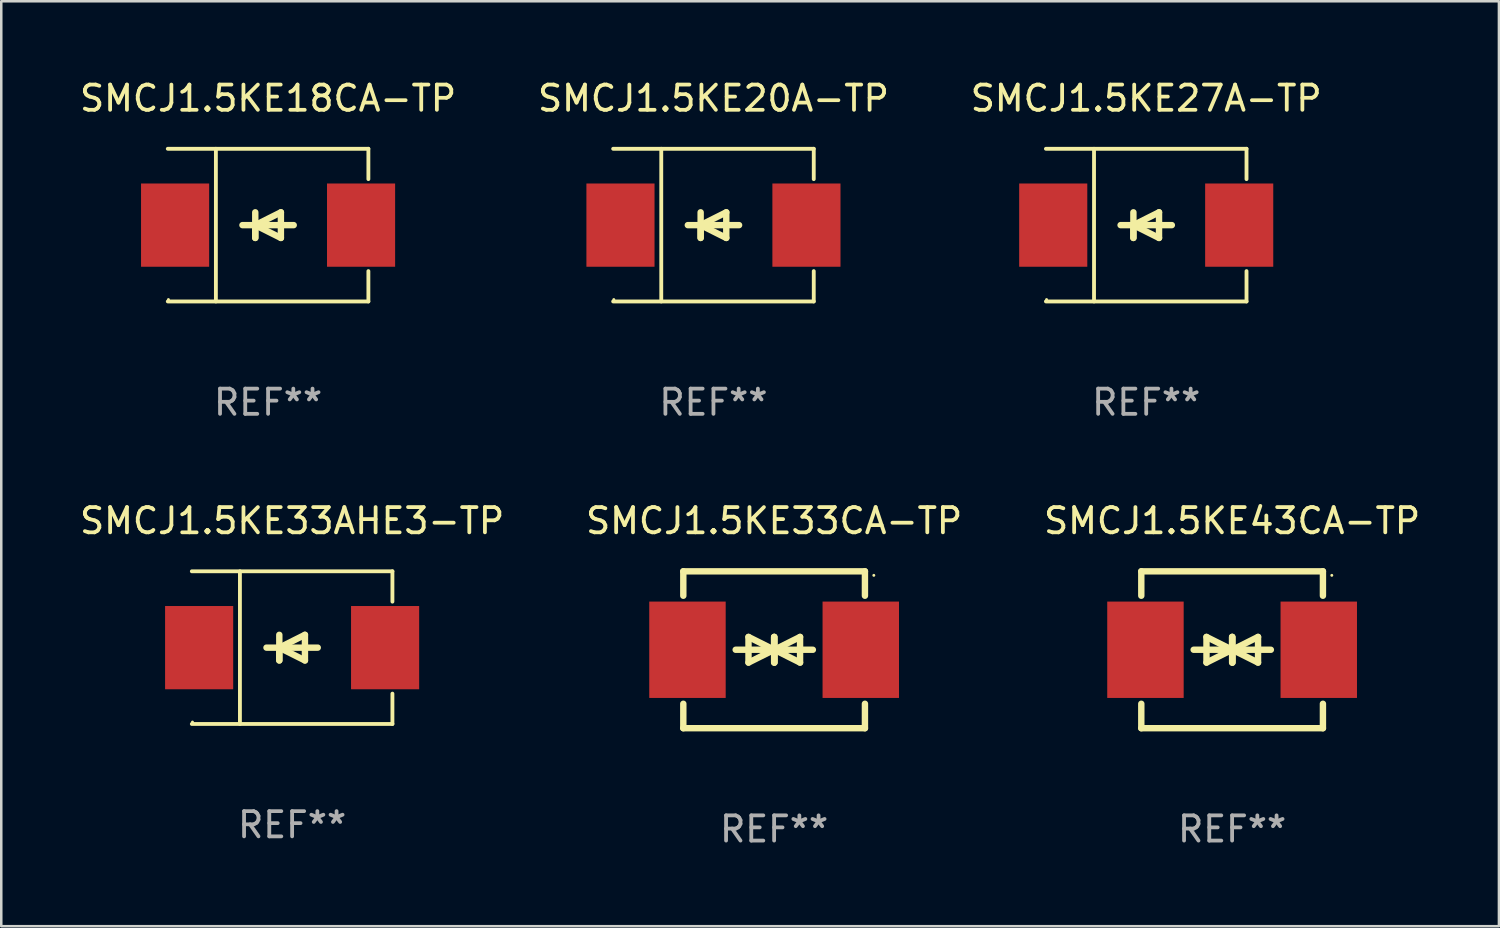
<source format=kicad_pcb>
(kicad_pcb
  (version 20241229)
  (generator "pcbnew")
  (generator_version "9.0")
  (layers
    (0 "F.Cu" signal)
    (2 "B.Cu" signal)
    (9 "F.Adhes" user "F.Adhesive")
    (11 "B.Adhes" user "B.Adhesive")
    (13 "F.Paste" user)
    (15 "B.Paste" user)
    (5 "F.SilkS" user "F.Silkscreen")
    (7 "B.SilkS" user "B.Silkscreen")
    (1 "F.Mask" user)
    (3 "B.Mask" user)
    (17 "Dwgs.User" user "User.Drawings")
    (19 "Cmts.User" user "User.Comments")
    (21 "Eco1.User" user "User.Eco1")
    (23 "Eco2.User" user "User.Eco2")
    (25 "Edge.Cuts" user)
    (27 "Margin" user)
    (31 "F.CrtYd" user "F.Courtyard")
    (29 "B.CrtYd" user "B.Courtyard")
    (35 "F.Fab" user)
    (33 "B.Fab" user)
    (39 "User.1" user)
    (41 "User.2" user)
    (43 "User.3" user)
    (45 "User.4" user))
  (footprint "SMCJ1.5KE33AHE3-TP"
    (layer "F.Cu")
    (at 8.53 22.623)
    (property "Reference" "SMCJ1.5KE33AHE3-TP" (at 0 -5.026 0) (layer "F.SilkS") (effects (font (size 1 1) (thickness 0.15))))
    (attr through_hole)
    (fp_line (start -3.976 -3.026) (end 3.976 -3.026) (stroke (width 0.152) (type solid)) (layer "F.SilkS"))
    (fp_line (start -3.976 3.026) (end 3.976 3.026) (stroke (width 0.152) (type solid)) (layer "F.SilkS"))
    (fp_line (start -2.069 -3.026) (end -2.069 3.026) (stroke (width 0.152) (type solid)) (layer "F.SilkS"))
    (fp_line (start -0.508 0) (end -0.508 0.508) (stroke (width 0.254) (type solid)) (layer "F.SilkS"))
    (fp_line (start -0.508 0) (end 0.508 0.508) (stroke (width 0.254) (type solid)) (layer "F.SilkS"))
    (fp_line (start -0.508 0.508) (end -0.508 -0.508) (stroke (width 0.254) (type solid)) (layer "F.SilkS"))
    (fp_line (start 0.508 -0.508) (end -0.508 0) (stroke (width 0.254) (type solid)) (layer "F.SilkS"))
    (fp_line (start 0.508 0.508) (end 0.508 -0.508) (stroke (width 0.254) (type solid)) (layer "F.SilkS"))
    (fp_line (start 1.016 0) (end -1.016 0) (stroke (width 0.254) (type solid)) (layer "F.SilkS"))
    (fp_line (start 3.976 -3.026) (end 3.976 -1.823) (stroke (width 0.152) (type solid)) (layer "F.SilkS"))
    (fp_line (start 3.976 3.026) (end 3.976 1.823) (stroke (width 0.152) (type solid)) (layer "F.SilkS"))
    (fp_circle (center -3.95 2.95) (end -3.92 2.95) (stroke (width 0.06) (type solid)) (fill no) (layer "F.SilkS"))
    (fp_text user "REF**" (at 0 7.026 0) (layer "F.Fab") (effects (font (size 1 1) (thickness 0.15))))
    (pad "1" smd rect (at -3.686 0) (size 2.7 3.3) (layers "F.Cu" "F.Mask" "F.Paste"))
    (pad "2" smd rect (at 3.686 0) (size 2.7 3.3) (layers "F.Cu" "F.Mask" "F.Paste")))
  (footprint "SMCJ1.5KE18CA-TP"
    (layer "F.Cu")
    (at 7.577 5.874)
    (property "Reference" "SMCJ1.5KE18CA-TP" (at 0 -5.026 0) (layer "F.SilkS") (effects (font (size 1 1) (thickness 0.15))))
    (attr through_hole)
    (fp_line (start -3.976 -3.026) (end 3.976 -3.026) (stroke (width 0.152) (type solid)) (layer "F.SilkS"))
    (fp_line (start -3.976 3.026) (end 3.976 3.026) (stroke (width 0.152) (type solid)) (layer "F.SilkS"))
    (fp_line (start -2.069 -3.026) (end -2.069 3.026) (stroke (width 0.152) (type solid)) (layer "F.SilkS"))
    (fp_line (start -0.508 0) (end -0.508 0.508) (stroke (width 0.254) (type solid)) (layer "F.SilkS"))
    (fp_line (start -0.508 0) (end 0.508 0.508) (stroke (width 0.254) (type solid)) (layer "F.SilkS"))
    (fp_line (start -0.508 0.508) (end -0.508 -0.508) (stroke (width 0.254) (type solid)) (layer "F.SilkS"))
    (fp_line (start 0.508 -0.508) (end -0.508 0) (stroke (width 0.254) (type solid)) (layer "F.SilkS"))
    (fp_line (start 0.508 0.508) (end 0.508 -0.508) (stroke (width 0.254) (type solid)) (layer "F.SilkS"))
    (fp_line (start 1.016 0) (end -1.016 0) (stroke (width 0.254) (type solid)) (layer "F.SilkS"))
    (fp_line (start 3.976 -3.026) (end 3.976 -1.823) (stroke (width 0.152) (type solid)) (layer "F.SilkS"))
    (fp_line (start 3.976 3.026) (end 3.976 1.823) (stroke (width 0.152) (type solid)) (layer "F.SilkS"))
    (fp_circle (center -3.95 2.95) (end -3.92 2.95) (stroke (width 0.06) (type solid)) (fill no) (layer "F.SilkS"))
    (fp_text user "REF**" (at 0 7.026 0) (layer "F.Fab") (effects (font (size 1 1) (thickness 0.15))))
    (pad "1" smd rect (at -3.686 0) (size 2.7 3.3) (layers "F.Cu" "F.Mask" "F.Paste"))
    (pad "2" smd rect (at 3.686 0) (size 2.7 3.3) (layers "F.Cu" "F.Mask" "F.Paste")))
  (footprint "SMCJ1.5KE20A-TP"
    (layer "F.Cu")
    (at 25.232 5.874)
    (property "Reference" "SMCJ1.5KE20A-TP" (at 0 -5.026 0) (layer "F.SilkS") (effects (font (size 1 1) (thickness 0.15))))
    (attr through_hole)
    (fp_line (start -3.976 -3.026) (end 3.976 -3.026) (stroke (width 0.152) (type solid)) (layer "F.SilkS"))
    (fp_line (start -3.976 3.026) (end 3.976 3.026) (stroke (width 0.152) (type solid)) (layer "F.SilkS"))
    (fp_line (start -2.069 -3.026) (end -2.069 3.026) (stroke (width 0.152) (type solid)) (layer "F.SilkS"))
    (fp_line (start -0.508 0) (end -0.508 0.508) (stroke (width 0.254) (type solid)) (layer "F.SilkS"))
    (fp_line (start -0.508 0) (end 0.508 0.508) (stroke (width 0.254) (type solid)) (layer "F.SilkS"))
    (fp_line (start -0.508 0.508) (end -0.508 -0.508) (stroke (width 0.254) (type solid)) (layer "F.SilkS"))
    (fp_line (start 0.508 -0.508) (end -0.508 0) (stroke (width 0.254) (type solid)) (layer "F.SilkS"))
    (fp_line (start 0.508 0.508) (end 0.508 -0.508) (stroke (width 0.254) (type solid)) (layer "F.SilkS"))
    (fp_line (start 1.016 0) (end -1.016 0) (stroke (width 0.254) (type solid)) (layer "F.SilkS"))
    (fp_line (start 3.976 -3.026) (end 3.976 -1.823) (stroke (width 0.152) (type solid)) (layer "F.SilkS"))
    (fp_line (start 3.976 3.026) (end 3.976 1.823) (stroke (width 0.152) (type solid)) (layer "F.SilkS"))
    (fp_circle (center -3.95 2.95) (end -3.92 2.95) (stroke (width 0.06) (type solid)) (fill no) (layer "F.SilkS"))
    (fp_text user "REF**" (at 0 7.026 0) (layer "F.Fab") (effects (font (size 1 1) (thickness 0.15))))
    (pad "1" smd rect (at -3.686 0) (size 2.7 3.3) (layers "F.Cu" "F.Mask" "F.Paste"))
    (pad "2" smd rect (at 3.686 0) (size 2.7 3.3) (layers "F.Cu" "F.Mask" "F.Paste")))
  (footprint "SMCJ1.5KE43CA-TP"
    (layer "F.Cu")
    (at 45.792 22.707)
    (property "Reference" "SMCJ1.5KE43CA-TP" (at 0 -5.11 0) (layer "F.SilkS") (effects (font (size 1 1) (thickness 0.15))))
    (attr through_hole)
    (fp_line (start -3.6 -2.141) (end -3.6 -3.11) (stroke (width 0.254) (type solid)) (layer "F.SilkS"))
    (fp_line (start -3.6 3.11) (end -3.6 2.141) (stroke (width 0.254) (type solid)) (layer "F.SilkS"))
    (fp_line (start -1.524 0) (end 0.508 0) (stroke (width 0.254) (type solid)) (layer "F.SilkS"))
    (fp_line (start -1.016 -0.508) (end -1.016 0.508) (stroke (width 0.254) (type solid)) (layer "F.SilkS"))
    (fp_line (start -1.016 0.508) (end 0 0) (stroke (width 0.254) (type solid)) (layer "F.SilkS"))
    (fp_line (start 0 -0.508) (end 0 0.508) (stroke (width 0.254) (type solid)) (layer "F.SilkS"))
    (fp_line (start 0 0) (end -1.016 -0.508) (stroke (width 0.254) (type solid)) (layer "F.SilkS"))
    (fp_line (start 0 0) (end 0 -0.508) (stroke (width 0.254) (type solid)) (layer "F.SilkS"))
    (fp_line (start 0.012 0) (end 0.012 0.508) (stroke (width 0.254) (type solid)) (layer "F.SilkS"))
    (fp_line (start 0.012 0) (end 1.028 0.508) (stroke (width 0.254) (type solid)) (layer "F.SilkS"))
    (fp_line (start 0.012 0.508) (end 0.012 -0.508) (stroke (width 0.254) (type solid)) (layer "F.SilkS"))
    (fp_line (start 1.028 -0.508) (end 0.012 0) (stroke (width 0.254) (type solid)) (layer "F.SilkS"))
    (fp_line (start 1.028 0.508) (end 1.028 -0.508) (stroke (width 0.254) (type solid)) (layer "F.SilkS"))
    (fp_line (start 1.536 0) (end -0.496 0) (stroke (width 0.254) (type solid)) (layer "F.SilkS"))
    (fp_line (start 3.6 -3.11) (end -3.6 -3.11) (stroke (width 0.254) (type solid)) (layer "F.SilkS"))
    (fp_line (start 3.6 -2.141) (end 3.6 -3.11) (stroke (width 0.254) (type solid)) (layer "F.SilkS"))
    (fp_line (start 3.6 3.11) (end -3.6 3.11) (stroke (width 0.254) (type solid)) (layer "F.SilkS"))
    (fp_line (start 3.6 3.11) (end 3.6 2.141) (stroke (width 0.254) (type solid)) (layer "F.SilkS"))
    (fp_circle (center 3.952 -2.95) (end 3.982 -2.95) (stroke (width 0.06) (type solid)) (fill no) (layer "F.SilkS"))
    (fp_text user "REF**" (at 0 7.11 0) (layer "F.Fab") (effects (font (size 1 1) (thickness 0.15))))
    (pad "1" smd rect (at 3.435 0) (size 3.03 3.82) (layers "F.Cu" "F.Mask" "F.Paste"))
    (pad "2" smd rect (at -3.435 0) (size 3.03 3.82) (layers "F.Cu" "F.Mask" "F.Paste")))
  (footprint "SMCJ1.5KE33CA-TP"
    (layer "F.Cu")
    (at 27.637 22.707)
    (property "Reference" "SMCJ1.5KE33CA-TP" (at 0 -5.11 0) (layer "F.SilkS") (effects (font (size 1 1) (thickness 0.15))))
    (attr through_hole)
    (fp_line (start -3.6 -2.141) (end -3.6 -3.11) (stroke (width 0.254) (type solid)) (layer "F.SilkS"))
    (fp_line (start -3.6 3.11) (end -3.6 2.141) (stroke (width 0.254) (type solid)) (layer "F.SilkS"))
    (fp_line (start -1.524 0) (end 0.508 0) (stroke (width 0.254) (type solid)) (layer "F.SilkS"))
    (fp_line (start -1.016 -0.508) (end -1.016 0.508) (stroke (width 0.254) (type solid)) (layer "F.SilkS"))
    (fp_line (start -1.016 0.508) (end 0 0) (stroke (width 0.254) (type solid)) (layer "F.SilkS"))
    (fp_line (start 0 -0.508) (end 0 0.508) (stroke (width 0.254) (type solid)) (layer "F.SilkS"))
    (fp_line (start 0 0) (end -1.016 -0.508) (stroke (width 0.254) (type solid)) (layer "F.SilkS"))
    (fp_line (start 0 0) (end 0 -0.508) (stroke (width 0.254) (type solid)) (layer "F.SilkS"))
    (fp_line (start 0.012 0) (end 0.012 0.508) (stroke (width 0.254) (type solid)) (layer "F.SilkS"))
    (fp_line (start 0.012 0) (end 1.028 0.508) (stroke (width 0.254) (type solid)) (layer "F.SilkS"))
    (fp_line (start 0.012 0.508) (end 0.012 -0.508) (stroke (width 0.254) (type solid)) (layer "F.SilkS"))
    (fp_line (start 1.028 -0.508) (end 0.012 0) (stroke (width 0.254) (type solid)) (layer "F.SilkS"))
    (fp_line (start 1.028 0.508) (end 1.028 -0.508) (stroke (width 0.254) (type solid)) (layer "F.SilkS"))
    (fp_line (start 1.536 0) (end -0.496 0) (stroke (width 0.254) (type solid)) (layer "F.SilkS"))
    (fp_line (start 3.6 -3.11) (end -3.6 -3.11) (stroke (width 0.254) (type solid)) (layer "F.SilkS"))
    (fp_line (start 3.6 -2.141) (end 3.6 -3.11) (stroke (width 0.254) (type solid)) (layer "F.SilkS"))
    (fp_line (start 3.6 3.11) (end -3.6 3.11) (stroke (width 0.254) (type solid)) (layer "F.SilkS"))
    (fp_line (start 3.6 3.11) (end 3.6 2.141) (stroke (width 0.254) (type solid)) (layer "F.SilkS"))
    (fp_circle (center 3.952 -2.95) (end 3.982 -2.95) (stroke (width 0.06) (type solid)) (fill no) (layer "F.SilkS"))
    (fp_text user "REF**" (at 0 7.11 0) (layer "F.Fab") (effects (font (size 1 1) (thickness 0.15))))
    (pad "1" smd rect (at 3.435 0) (size 3.03 3.82) (layers "F.Cu" "F.Mask" "F.Paste"))
    (pad "2" smd rect (at -3.435 0) (size 3.03 3.82) (layers "F.Cu" "F.Mask" "F.Paste")))
  (footprint "SMCJ1.5KE27A-TP"
    (layer "F.Cu")
    (at 42.387 5.874)
    (property "Reference" "SMCJ1.5KE27A-TP" (at 0 -5.026 0) (layer "F.SilkS") (effects (font (size 1 1) (thickness 0.15))))
    (attr through_hole)
    (fp_line (start -3.976 -3.026) (end 3.976 -3.026) (stroke (width 0.152) (type solid)) (layer "F.SilkS"))
    (fp_line (start -3.976 3.026) (end 3.976 3.026) (stroke (width 0.152) (type solid)) (layer "F.SilkS"))
    (fp_line (start -2.069 -3.026) (end -2.069 3.026) (stroke (width 0.152) (type solid)) (layer "F.SilkS"))
    (fp_line (start -0.508 0) (end -0.508 0.508) (stroke (width 0.254) (type solid)) (layer "F.SilkS"))
    (fp_line (start -0.508 0) (end 0.508 0.508) (stroke (width 0.254) (type solid)) (layer "F.SilkS"))
    (fp_line (start -0.508 0.508) (end -0.508 -0.508) (stroke (width 0.254) (type solid)) (layer "F.SilkS"))
    (fp_line (start 0.508 -0.508) (end -0.508 0) (stroke (width 0.254) (type solid)) (layer "F.SilkS"))
    (fp_line (start 0.508 0.508) (end 0.508 -0.508) (stroke (width 0.254) (type solid)) (layer "F.SilkS"))
    (fp_line (start 1.016 0) (end -1.016 0) (stroke (width 0.254) (type solid)) (layer "F.SilkS"))
    (fp_line (start 3.976 -3.026) (end 3.976 -1.823) (stroke (width 0.152) (type solid)) (layer "F.SilkS"))
    (fp_line (start 3.976 3.026) (end 3.976 1.823) (stroke (width 0.152) (type solid)) (layer "F.SilkS"))
    (fp_circle (center -3.95 2.95) (end -3.92 2.95) (stroke (width 0.06) (type solid)) (fill no) (layer "F.SilkS"))
    (fp_text user "REF**" (at 0 7.026 0) (layer "F.Fab") (effects (font (size 1 1) (thickness 0.15))))
    (pad "1" smd rect (at -3.686 0) (size 2.7 3.3) (layers "F.Cu" "F.Mask" "F.Paste"))
    (pad "2" smd rect (at 3.686 0) (size 2.7 3.3) (layers "F.Cu" "F.Mask" "F.Paste")))
  (gr_rect
    (start -3 -3)
    (end 56.369 33.665)
    (stroke (width 0.1) (type default))
    (fill no)
    (layer "Edge.Cuts")))
</source>
